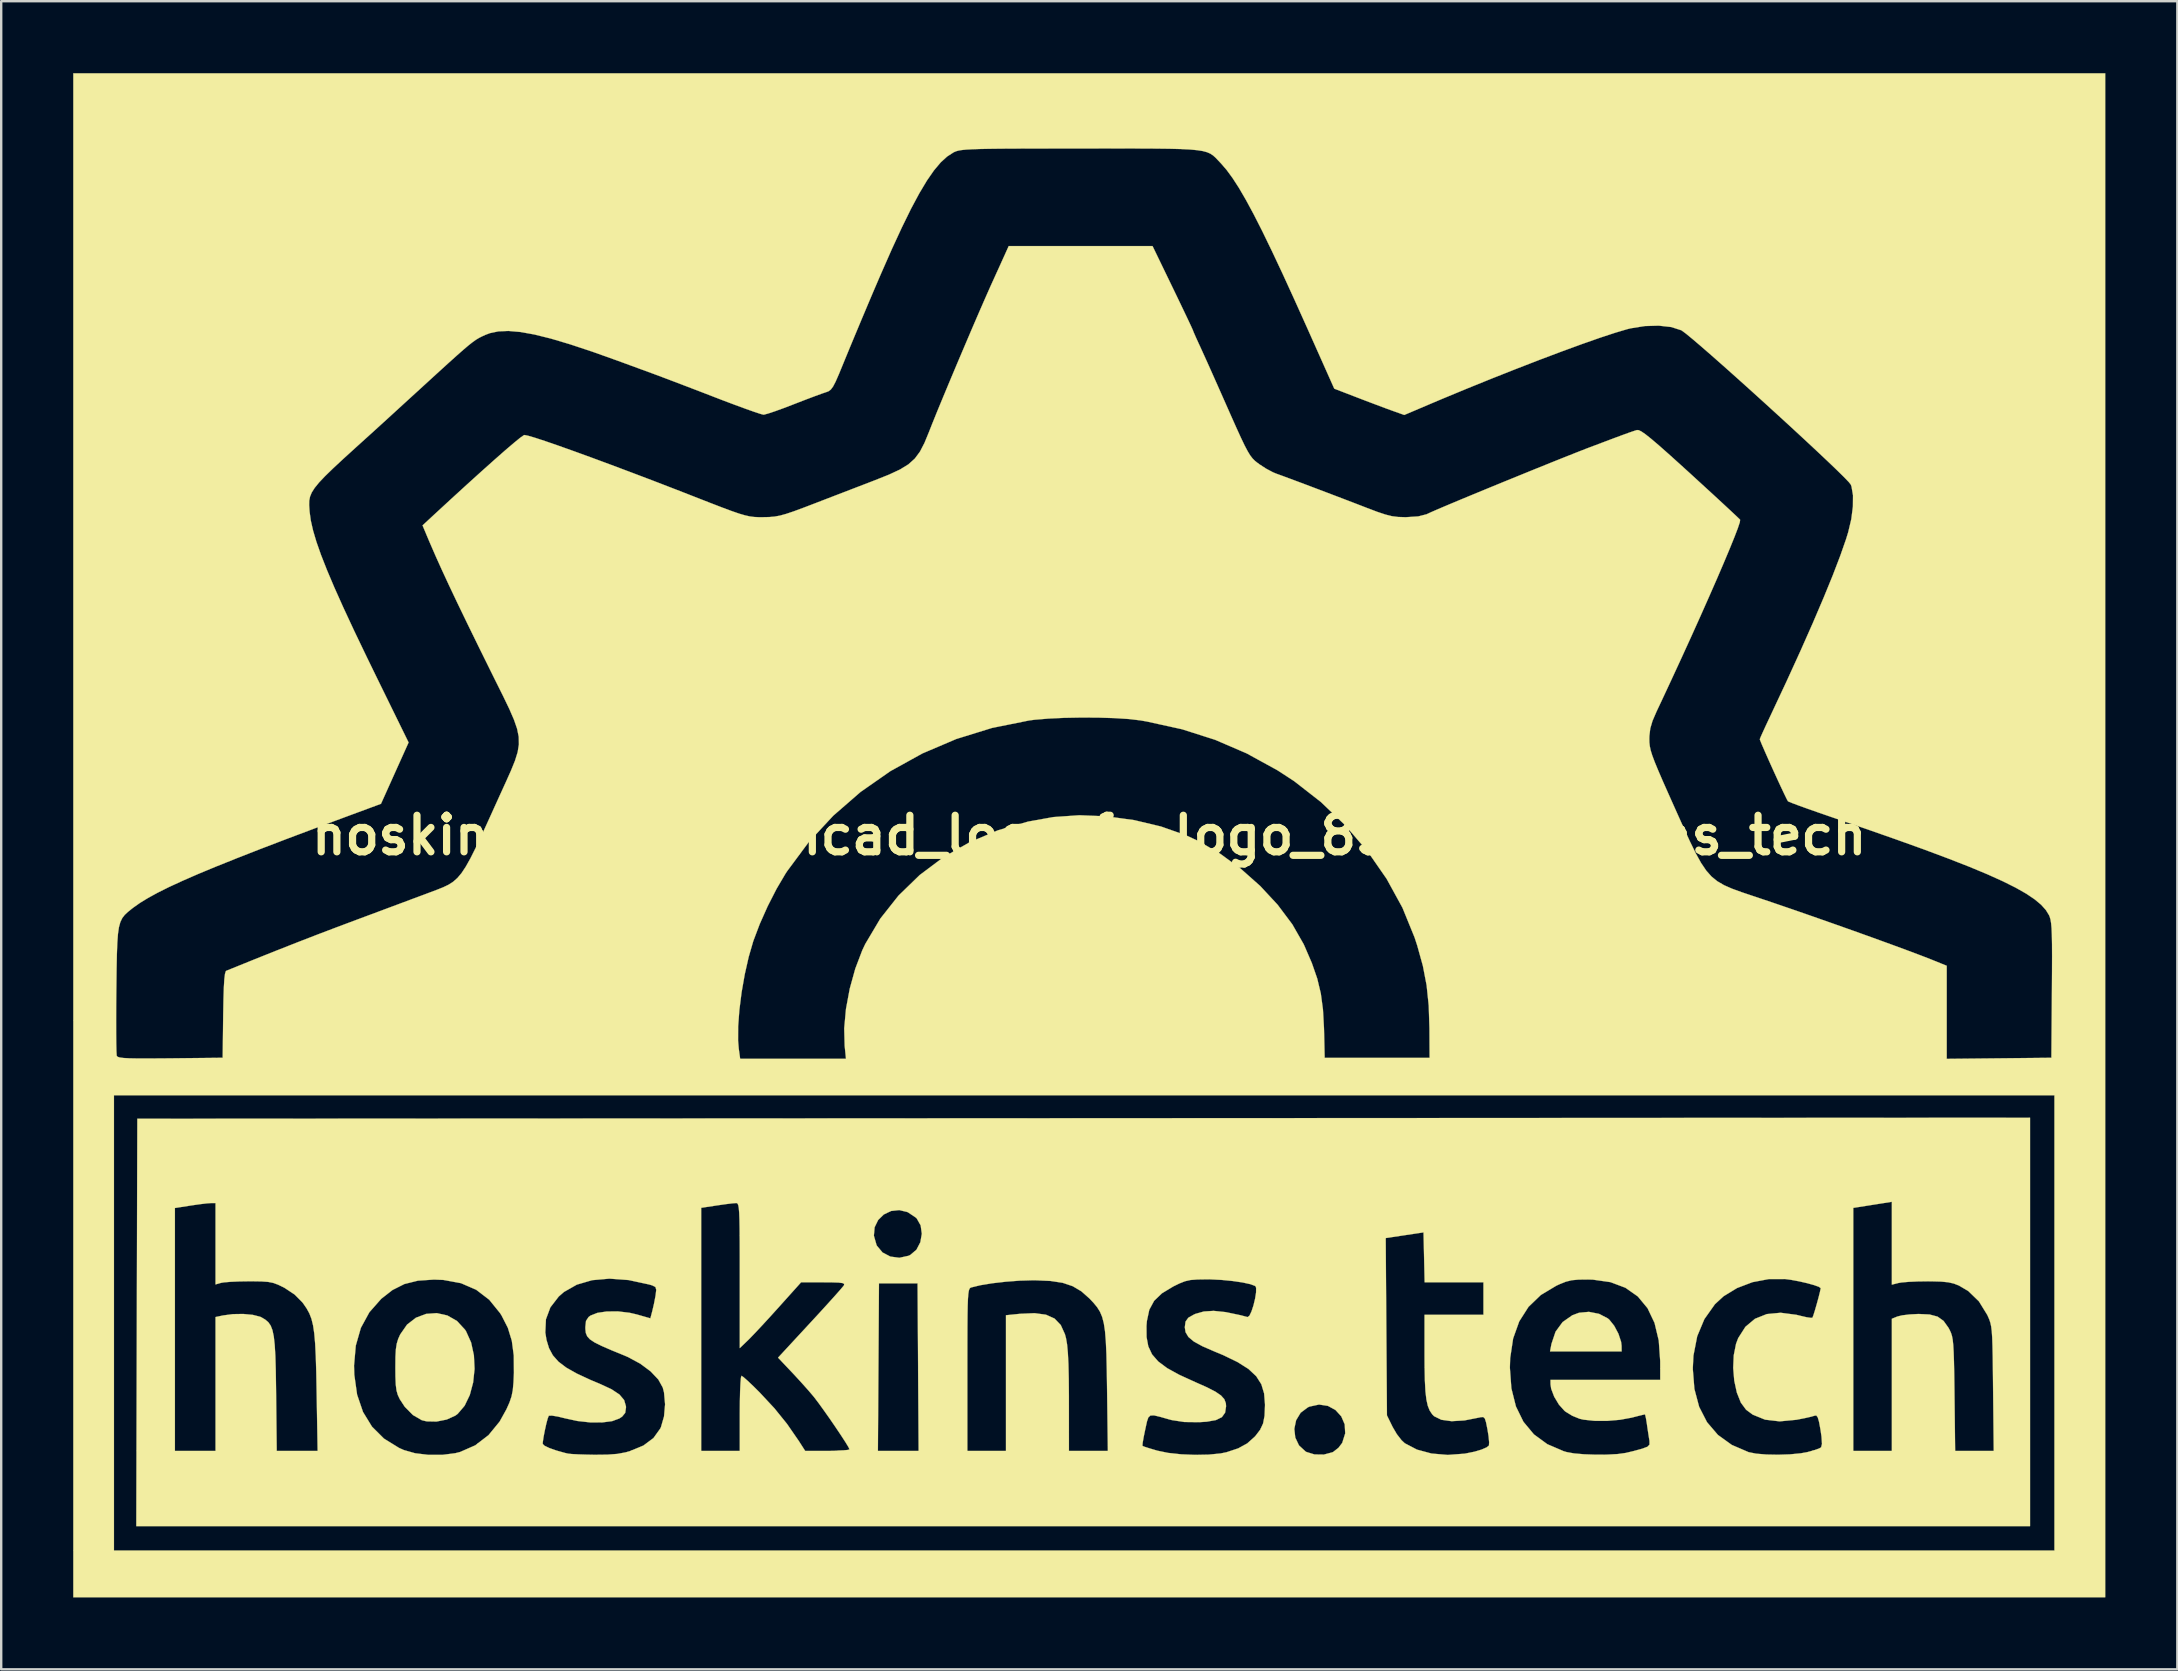
<source format=kicad_pcb>
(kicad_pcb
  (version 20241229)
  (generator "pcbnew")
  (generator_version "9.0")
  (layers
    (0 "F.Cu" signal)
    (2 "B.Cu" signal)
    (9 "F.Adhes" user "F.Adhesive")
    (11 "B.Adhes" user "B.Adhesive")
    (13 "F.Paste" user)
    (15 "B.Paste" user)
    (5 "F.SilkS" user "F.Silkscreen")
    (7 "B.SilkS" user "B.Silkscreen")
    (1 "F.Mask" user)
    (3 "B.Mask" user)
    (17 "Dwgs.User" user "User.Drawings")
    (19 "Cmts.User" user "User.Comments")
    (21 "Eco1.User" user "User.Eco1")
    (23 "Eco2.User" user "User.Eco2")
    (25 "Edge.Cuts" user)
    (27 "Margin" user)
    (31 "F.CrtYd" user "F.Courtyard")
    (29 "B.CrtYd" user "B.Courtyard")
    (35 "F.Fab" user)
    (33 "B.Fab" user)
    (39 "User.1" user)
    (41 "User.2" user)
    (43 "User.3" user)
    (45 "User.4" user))
  (footprint "hoskinstech_bjh_kicad_logo_fp_logo_85mm_hoskins_tech"
    (layer "F.Cu")
    (at 42.338 31.755)
    (property "Reference" "hoskinstech_bjh_kicad_logo_fp_logo_85mm_hoskins_tech" (at 0 0 0) (layer "F.SilkS") (effects (font (size 1.524 1.524) (thickness 0.3))))
    (attr through_hole)
    (fp_poly (pts (xy 21.242 19.941) (xy 21.603 20.128) (xy 21.665 20.179) (xy 21.872 20.436) (xy 22.05 20.771) (xy 22.161 21.108) (xy 22.181 21.273) (xy 22.183 21.505) (xy 19.2 21.505) (xy 19.26 21.191) (xy 19.43 20.685) (xy 19.725 20.282) (xy 20.13 19.999) (xy 20.409 19.896) (xy 20.82 19.858) (xy 21.242 19.941)) (stroke (width 0.01) (type solid)) (fill yes) (layer "F.SilkS"))
    (fp_poly (pts (xy -26.747 20.009) (xy -26.345 20.239) (xy -26.011 20.601) (xy -25.968 20.668) (xy -25.757 21.136) (xy -25.641 21.671) (xy -25.614 22.238) (xy -25.673 22.8) (xy -25.812 23.322) (xy -26.028 23.77) (xy -26.315 24.107) (xy -26.413 24.18) (xy -26.775 24.345) (xy -27.199 24.429) (xy -27.611 24.421) (xy -27.813 24.372) (xy -28.182 24.158) (xy -28.521 23.815) (xy -28.731 23.495) (xy -28.813 23.32) (xy -28.866 23.132) (xy -28.897 22.89) (xy -28.911 22.552) (xy -28.914 22.183) (xy -28.91 21.74) (xy -28.893 21.422) (xy -28.857 21.186) (xy -28.797 20.988) (xy -28.713 20.801) (xy -28.427 20.389) (xy -28.058 20.103) (xy -27.634 19.943) (xy -27.187 19.911) (xy -26.747 20.009)) (stroke (width 0.01) (type solid)) (fill yes) (layer "F.SilkS"))
    (fp_poly (pts (xy 42.333 31.75) (xy -42.333 31.75) (xy -42.333 10.837) (xy -40.64 10.837) (xy -40.64 29.803) (xy 40.217 29.803) (xy 40.217 10.837) (xy -40.64 10.837) (xy -42.333 10.837) (xy -42.333 7.713) (xy -40.549 7.713) (xy -40.548 8.24) (xy -40.544 8.672) (xy -40.537 8.988) (xy -40.527 9.165) (xy -40.522 9.192) (xy -40.486 9.23) (xy -40.399 9.259) (xy -40.241 9.28) (xy -39.994 9.293) (xy -39.64 9.3) (xy -39.16 9.3) (xy -38.536 9.296) (xy -38.293 9.294) (xy -36.11 9.271) (xy -36.101 8.563) (xy -14.633 8.563) (xy -14.606 8.884) (xy -14.547 9.313) (xy -10.137 9.313) (xy -10.192 8.77) (xy -10.211 8.045) (xy -10.137 7.235) (xy -9.98 6.39) (xy -9.75 5.559) (xy -9.458 4.792) (xy -9.334 4.53) (xy -8.707 3.473) (xy -7.948 2.513) (xy -7.067 1.658) (xy -6.076 0.914) (xy -4.985 0.29) (xy -3.806 -0.207) (xy -2.55 -0.57) (xy -1.497 -0.759) (xy -0.411 -0.835) (xy 0.729 -0.789) (xy 1.877 -0.63) (xy 2.991 -0.365) (xy 4.026 -0.000167) (xy 4.52 0.227) (xy 5.434 0.754) (xy 6.311 1.392) (xy 7.125 2.115) (xy 7.85 2.896) (xy 8.461 3.711) (xy 8.932 4.535) (xy 8.964 4.604) (xy 9.275 5.324) (xy 9.499 5.969) (xy 9.649 6.595) (xy 9.738 7.262) (xy 9.78 8.029) (xy 9.783 8.128) (xy 9.809 9.271) (xy 14.182 9.271) (xy 14.175 8.043) (xy 14.145 7.098) (xy 14.057 6.251) (xy 13.901 5.439) (xy 13.667 4.597) (xy 13.555 4.255) (xy 13.05 3.017) (xy 12.391 1.815) (xy 11.595 0.667) (xy 10.677 -0.406) (xy 9.652 -1.387) (xy 8.536 -2.257) (xy 7.845 -2.707) (xy 6.562 -3.411) (xy 5.248 -3.977) (xy 3.87 -4.417) (xy 2.393 -4.742) (xy 2.126 -4.788) (xy 1.657 -4.844) (xy 1.063 -4.882) (xy 0.387 -4.903) (xy -0.327 -4.907) (xy -1.035 -4.894) (xy -1.696 -4.863) (xy -2.264 -4.816) (xy -2.504 -4.785) (xy -4.052 -4.473) (xy -5.539 -4.013) (xy -6.954 -3.41) (xy -8.287 -2.673) (xy -9.528 -1.807) (xy -10.666 -0.818) (xy -11.691 0.285) (xy -12.591 1.498) (xy -12.66 1.603) (xy -13.03 2.231) (xy -13.399 2.953) (xy -13.732 3.7) (xy -13.997 4.401) (xy -14.002 4.416) (xy -14.192 5.07) (xy -14.355 5.792) (xy -14.487 6.543) (xy -14.58 7.282) (xy -14.631 7.969) (xy -14.633 8.563) (xy -36.101 8.563) (xy -36.088 7.48) (xy -36.076 6.836) (xy -36.061 6.347) (xy -36.04 5.998) (xy -36.013 5.775) (xy -35.979 5.664) (xy -35.961 5.647) (xy -34.879 5.209) (xy -33.915 4.823) (xy -33.029 4.474) (xy -32.183 4.146) (xy -31.339 3.825) (xy -30.522 3.519) (xy -29.894 3.285) (xy -29.27 3.052) (xy -28.683 2.833) (xy -28.165 2.639) (xy -27.745 2.483) (xy -27.49 2.387) (xy -27.181 2.271) (xy -26.921 2.167) (xy -26.699 2.061) (xy -26.505 1.936) (xy -26.328 1.779) (xy -26.156 1.575) (xy -25.98 1.308) (xy -25.787 0.964) (xy -25.569 0.528) (xy -25.312 -0.015) (xy -25.008 -0.68) (xy -24.645 -1.481) (xy -24.587 -1.609) (xy -24.314 -2.208) (xy -24.094 -2.7) (xy -23.928 -3.11) (xy -23.818 -3.465) (xy -23.766 -3.788) (xy -23.773 -4.104) (xy -23.841 -4.439) (xy -23.972 -4.818) (xy -24.166 -5.265) (xy -24.426 -5.805) (xy -24.754 -6.464) (xy -24.92 -6.799) (xy -25.457 -7.887) (xy -25.923 -8.84) (xy -26.327 -9.676) (xy -26.675 -10.41) (xy -26.976 -11.059) (xy -27.237 -11.638) (xy -27.466 -12.165) (xy -27.532 -12.319) (xy -27.781 -12.912) (xy -27.332 -13.329) (xy -26.601 -14.003) (xy -25.927 -14.619) (xy -25.318 -15.17) (xy -24.783 -15.648) (xy -24.332 -16.045) (xy -23.972 -16.352) (xy -23.714 -16.563) (xy -23.565 -16.668) (xy -23.537 -16.679) (xy -23.385 -16.649) (xy -23.089 -16.562) (xy -22.663 -16.422) (xy -22.121 -16.235) (xy -21.478 -16.006) (xy -20.747 -15.74) (xy -19.942 -15.442) (xy -19.077 -15.117) (xy -18.165 -14.771) (xy -17.222 -14.407) (xy -16.468 -14.113) (xy -15.819 -13.859) (xy -15.305 -13.661) (xy -14.903 -13.511) (xy -14.59 -13.403) (xy -14.344 -13.331) (xy -14.142 -13.286) (xy -13.961 -13.263) (xy -13.779 -13.255) (xy -13.589 -13.255) (xy -13.338 -13.26) (xy -13.116 -13.279) (xy -12.89 -13.32) (xy -12.63 -13.392) (xy -12.303 -13.502) (xy -11.877 -13.66) (xy -11.43 -13.831) (xy -10.868 -14.048) (xy -10.272 -14.277) (xy -9.696 -14.499) (xy -9.191 -14.693) (xy -8.932 -14.793) (xy -8.341 -15.029) (xy -7.885 -15.242) (xy -7.537 -15.456) (xy -7.269 -15.696) (xy -7.055 -15.985) (xy -6.867 -16.348) (xy -6.68 -16.802) (xy -6.53 -17.182) (xy -6.325 -17.689) (xy -6.075 -18.293) (xy -5.794 -18.967) (xy -5.494 -19.681) (xy -5.186 -20.406) (xy -4.884 -21.115) (xy -4.598 -21.778) (xy -4.341 -22.367) (xy -4.126 -22.853) (xy -4.046 -23.029) (xy -3.877 -23.402) (xy -3.704 -23.782) (xy -3.564 -24.093) (xy -3.556 -24.109) (xy -3.356 -24.553) (xy 2.636 -24.553) (xy 3.477 -22.814) (xy 3.718 -22.315) (xy 3.931 -21.87) (xy 4.108 -21.499) (xy 4.237 -21.225) (xy 4.307 -21.07) (xy 4.318 -21.044) (xy 4.351 -20.958) (xy 4.439 -20.757) (xy 4.565 -20.48) (xy 4.607 -20.391) (xy 4.733 -20.114) (xy 4.912 -19.719) (xy 5.125 -19.243) (xy 5.356 -18.724) (xy 5.587 -18.203) (xy 5.887 -17.525) (xy 6.128 -16.984) (xy 6.321 -16.562) (xy 6.475 -16.24) (xy 6.601 -16.002) (xy 6.707 -15.828) (xy 6.805 -15.701) (xy 6.903 -15.603) (xy 7.012 -15.516) (xy 7.089 -15.459) (xy 7.369 -15.277) (xy 7.654 -15.126) (xy 7.778 -15.074) (xy 8.018 -14.987) (xy 8.385 -14.851) (xy 8.849 -14.678) (xy 9.378 -14.478) (xy 9.942 -14.264) (xy 10.51 -14.048) (xy 11.051 -13.841) (xy 11.535 -13.654) (xy 11.557 -13.645) (xy 12.004 -13.476) (xy 12.341 -13.364) (xy 12.613 -13.296) (xy 12.867 -13.264) (xy 13.147 -13.255) (xy 13.208 -13.255) (xy 13.708 -13.287) (xy 14.058 -13.377) (xy 14.115 -13.404) (xy 14.265 -13.473) (xy 14.55 -13.597) (xy 14.951 -13.767) (xy 15.447 -13.975) (xy 16.016 -14.211) (xy 16.637 -14.467) (xy 17.29 -14.735) (xy 17.953 -15.005) (xy 18.606 -15.271) (xy 19.228 -15.522) (xy 19.797 -15.75) (xy 20.294 -15.947) (xy 20.696 -16.105) (xy 20.873 -16.172) (xy 21.467 -16.396) (xy 21.923 -16.568) (xy 22.264 -16.694) (xy 22.51 -16.783) (xy 22.682 -16.842) (xy 22.802 -16.88) (xy 22.824 -16.886) (xy 22.897 -16.88) (xy 23.012 -16.823) (xy 23.182 -16.705) (xy 23.418 -16.517) (xy 23.733 -16.249) (xy 24.139 -15.89) (xy 24.647 -15.432) (xy 25.041 -15.074) (xy 25.534 -14.622) (xy 25.987 -14.207) (xy 26.385 -13.84) (xy 26.711 -13.537) (xy 26.952 -13.312) (xy 27.092 -13.178) (xy 27.121 -13.146) (xy 27.106 -13.04) (xy 27.024 -12.794) (xy 26.881 -12.421) (xy 26.684 -11.936) (xy 26.438 -11.35) (xy 26.15 -10.679) (xy 25.823 -9.934) (xy 25.466 -9.13) (xy 25.083 -8.279) (xy 24.68 -7.396) (xy 24.263 -6.493) (xy 23.839 -5.584) (xy 23.641 -5.165) (xy 23.471 -4.771) (xy 23.376 -4.45) (xy 23.339 -4.134) (xy 23.336 -4.022) (xy 23.339 -3.868) (xy 23.356 -3.716) (xy 23.392 -3.544) (xy 23.457 -3.334) (xy 23.557 -3.065) (xy 23.7 -2.718) (xy 23.892 -2.272) (xy 24.142 -1.709) (xy 24.395 -1.143) (xy 24.737 -0.381) (xy 25.023 0.244) (xy 25.27 0.749) (xy 25.493 1.152) (xy 25.707 1.469) (xy 25.927 1.718) (xy 26.171 1.916) (xy 26.452 2.08) (xy 26.787 2.227) (xy 27.191 2.374) (xy 27.68 2.538) (xy 27.771 2.568) (xy 28.5 2.814) (xy 29.298 3.087) (xy 30.139 3.379) (xy 30.998 3.681) (xy 31.85 3.983) (xy 32.669 4.277) (xy 33.431 4.554) (xy 34.111 4.805) (xy 34.683 5.02) (xy 35.122 5.191) (xy 35.158 5.206) (xy 35.729 5.437) (xy 35.729 9.316) (xy 40.09 9.271) (xy 40.112 6.45) (xy 40.117 5.671) (xy 40.119 5.042) (xy 40.117 4.546) (xy 40.11 4.163) (xy 40.098 3.876) (xy 40.079 3.664) (xy 40.054 3.511) (xy 40.02 3.396) (xy 39.992 3.329) (xy 39.86 3.114) (xy 39.664 2.895) (xy 39.395 2.67) (xy 39.045 2.434) (xy 38.605 2.184) (xy 38.068 1.916) (xy 37.426 1.626) (xy 36.67 1.311) (xy 35.792 0.968) (xy 34.785 0.591) (xy 33.639 0.179) (xy 32.347 -0.274) (xy 30.907 -0.767) (xy 30.394 -0.944) (xy 29.936 -1.105) (xy 29.557 -1.242) (xy 29.28 -1.346) (xy 29.131 -1.408) (xy 29.113 -1.419) (xy 29.062 -1.511) (xy 28.958 -1.725) (xy 28.815 -2.028) (xy 28.647 -2.391) (xy 28.47 -2.779) (xy 28.298 -3.162) (xy 28.145 -3.508) (xy 28.025 -3.784) (xy 27.954 -3.959) (xy 27.94 -4.003) (xy 27.974 -4.09) (xy 28.068 -4.301) (xy 28.209 -4.607) (xy 28.383 -4.978) (xy 28.436 -5.091) (xy 29.061 -6.425) (xy 29.632 -7.676) (xy 30.145 -8.834) (xy 30.595 -9.888) (xy 30.98 -10.829) (xy 31.293 -11.647) (xy 31.532 -12.331) (xy 31.624 -12.629) (xy 31.753 -13.174) (xy 31.82 -13.7) (xy 31.824 -14.166) (xy 31.762 -14.531) (xy 31.73 -14.616) (xy 31.645 -14.722) (xy 31.447 -14.928) (xy 31.151 -15.219) (xy 30.771 -15.583) (xy 30.321 -16.007) (xy 29.816 -16.478) (xy 29.27 -16.983) (xy 28.697 -17.508) (xy 28.111 -18.042) (xy 27.528 -18.57) (xy 26.96 -19.08) (xy 26.424 -19.558) (xy 25.931 -19.993) (xy 25.498 -20.37) (xy 25.139 -20.676) (xy 24.867 -20.9) (xy 24.697 -21.026) (xy 24.665 -21.045) (xy 24.249 -21.178) (xy 23.728 -21.236) (xy 23.149 -21.219) (xy 22.561 -21.125) (xy 22.412 -21.088) (xy 21.917 -20.941) (xy 21.287 -20.734) (xy 20.54 -20.472) (xy 19.697 -20.164) (xy 18.776 -19.817) (xy 17.798 -19.438) (xy 16.78 -19.035) (xy 15.743 -18.615) (xy 14.706 -18.185) (xy 14.12 -17.937) (xy 13.126 -17.514) (xy 12.638 -17.688) (xy 12.358 -17.79) (xy 11.975 -17.934) (xy 11.542 -18.097) (xy 11.18 -18.236) (xy 10.209 -18.61) (xy 9.101 -21.095) (xy 8.547 -22.326) (xy 8.051 -23.41) (xy 7.606 -24.356) (xy 7.208 -25.176) (xy 6.851 -25.878) (xy 6.529 -26.474) (xy 6.239 -26.972) (xy 5.973 -27.384) (xy 5.727 -27.72) (xy 5.496 -27.988) (xy 5.475 -28.01) (xy 5.358 -28.134) (xy 5.257 -28.24) (xy 5.156 -28.33) (xy 5.043 -28.404) (xy 4.904 -28.464) (xy 4.725 -28.512) (xy 4.492 -28.548) (xy 4.193 -28.576) (xy 3.813 -28.595) (xy 3.339 -28.607) (xy 2.757 -28.614) (xy 2.053 -28.617) (xy 1.215 -28.618) (xy 0.227 -28.617) (xy -0.338 -28.617) (xy -1.386 -28.617) (xy -2.279 -28.616) (xy -3.029 -28.614) (xy -3.65 -28.611) (xy -4.157 -28.605) (xy -4.561 -28.597) (xy -4.878 -28.586) (xy -5.119 -28.573) (xy -5.3 -28.555) (xy -5.433 -28.534) (xy -5.532 -28.508) (xy -5.611 -28.477) (xy -5.655 -28.456) (xy -5.92 -28.285) (xy -6.189 -28.04) (xy -6.469 -27.708) (xy -6.765 -27.281) (xy -7.083 -26.749) (xy -7.43 -26.101) (xy -7.809 -25.328) (xy -8.229 -24.419) (xy -8.693 -23.365) (xy -8.953 -22.76) (xy -9.216 -22.14) (xy -9.486 -21.499) (xy -9.747 -20.875) (xy -9.983 -20.308) (xy -10.176 -19.839) (xy -10.248 -19.663) (xy -10.431 -19.218) (xy -10.568 -18.905) (xy -10.676 -18.698) (xy -10.769 -18.573) (xy -10.862 -18.503) (xy -10.96 -18.466) (xy -11.133 -18.408) (xy -11.426 -18.301) (xy -11.8 -18.16) (xy -12.219 -17.998) (xy -12.319 -17.959) (xy -12.731 -17.801) (xy -13.095 -17.669) (xy -13.379 -17.575) (xy -13.549 -17.529) (xy -13.572 -17.526) (xy -13.692 -17.556) (xy -13.945 -17.639) (xy -14.307 -17.767) (xy -14.754 -17.931) (xy -15.261 -18.122) (xy -15.562 -18.238) (xy -16.147 -18.464) (xy -16.737 -18.69) (xy -17.293 -18.902) (xy -17.779 -19.086) (xy -18.156 -19.227) (xy -18.246 -19.26) (xy -18.672 -19.416) (xy -19.111 -19.577) (xy -19.492 -19.717) (xy -19.643 -19.772) (xy -20.708 -20.152) (xy -21.634 -20.459) (xy -22.433 -20.697) (xy -23.119 -20.867) (xy -23.704 -20.972) (xy -24.2 -21.015) (xy -24.62 -20.998) (xy -24.977 -20.923) (xy -25.174 -20.848) (xy -25.308 -20.786) (xy -25.43 -20.724) (xy -25.554 -20.649) (xy -25.694 -20.549) (xy -25.867 -20.413) (xy -26.087 -20.226) (xy -26.368 -19.978) (xy -26.726 -19.656) (xy -27.175 -19.247) (xy -27.731 -18.739) (xy -27.887 -18.596) (xy -28.358 -18.166) (xy -28.798 -17.764) (xy -29.189 -17.406) (xy -29.514 -17.11) (xy -29.752 -16.893) (xy -29.885 -16.771) (xy -29.892 -16.766) (xy -30.54 -16.18) (xy -31.074 -15.694) (xy -31.503 -15.295) (xy -31.84 -14.968) (xy -32.094 -14.7) (xy -32.276 -14.476) (xy -32.398 -14.284) (xy -32.47 -14.11) (xy -32.503 -13.939) (xy -32.507 -13.759) (xy -32.493 -13.555) (xy -32.486 -13.468) (xy -32.437 -13.112) (xy -32.344 -12.702) (xy -32.204 -12.229) (xy -32.011 -11.68) (xy -31.761 -11.045) (xy -31.451 -10.314) (xy -31.075 -9.475) (xy -30.629 -8.518) (xy -30.108 -7.432) (xy -29.667 -6.527) (xy -28.363 -3.867) (xy -28.938 -2.59) (xy -29.513 -1.312) (xy -30.738 -0.859) (xy -32.151 -0.334) (xy -33.414 0.141) (xy -34.536 0.57) (xy -35.525 0.957) (xy -36.392 1.305) (xy -37.147 1.619) (xy -37.797 1.903) (xy -38.354 2.16) (xy -38.826 2.396) (xy -39.223 2.614) (xy -39.555 2.817) (xy -39.83 3.011) (xy -39.895 3.061) (xy -40.059 3.194) (xy -40.191 3.317) (xy -40.294 3.451) (xy -40.373 3.615) (xy -40.432 3.829) (xy -40.473 4.111) (xy -40.5 4.481) (xy -40.518 4.959) (xy -40.53 5.564) (xy -40.539 6.316) (xy -40.541 6.46) (xy -40.547 7.112) (xy -40.549 7.713) (xy -42.333 7.713) (xy -42.333 -31.75) (xy 42.333 -31.75) (xy 42.333 31.75)) (stroke (width 0.01) (type solid)) (fill yes) (layer "F.SilkS"))
    (fp_poly (pts (xy 39.201 28.787) (xy -39.709 28.787) (xy -39.676 15.531) (xy -38.1 15.531) (xy -38.1 25.654) (xy -36.407 25.654) (xy -36.407 20.074) (xy -36.089 20.007) (xy -35.684 19.953) (xy -35.253 19.946) (xy -34.854 19.984) (xy -34.547 20.062) (xy -34.492 20.088) (xy -34.335 20.181) (xy -34.209 20.288) (xy -34.11 20.429) (xy -34.035 20.622) (xy -33.98 20.885) (xy -33.941 21.237) (xy -33.914 21.697) (xy -33.897 22.284) (xy -33.886 23.016) (xy -33.883 23.262) (xy -33.857 25.654) (xy -32.153 25.654) (xy -32.195 23.177) (xy -32.21 22.371) (xy -32.218 22.098) (xy -30.636 22.098) (xy -30.625 22.479) (xy -30.508 23.309) (xy -30.262 24.03) (xy -29.888 24.641) (xy -29.387 25.14) (xy -28.759 25.528) (xy -28.556 25.618) (xy -28.091 25.75) (xy -27.536 25.817) (xy -26.956 25.817) (xy -26.417 25.748) (xy -26.216 25.697) (xy -25.582 25.418) (xy -25.507 25.36) (xy -22.775 25.36) (xy -22.699 25.436) (xy -22.494 25.534) (xy -22.198 25.638) (xy -21.848 25.736) (xy -21.717 25.766) (xy -21.566 25.782) (xy -21.288 25.797) (xy -20.926 25.808) (xy -20.603 25.814) (xy -20.077 25.808) (xy -19.667 25.777) (xy -19.322 25.713) (xy -19.14 25.662) (xy -18.577 25.428) (xy -18.159 25.116) (xy -17.876 24.721) (xy -17.846 24.657) (xy -17.719 24.217) (xy -17.675 23.71) (xy -17.719 23.217) (xy -17.772 23.011) (xy -17.957 22.677) (xy -18.278 22.338) (xy -18.706 22.019) (xy -19.211 21.746) (xy -19.368 21.678) (xy -19.915 21.454) (xy -20.323 21.276) (xy -20.614 21.131) (xy -20.807 21.002) (xy -20.921 20.876) (xy -20.978 20.738) (xy -20.996 20.574) (xy -20.997 20.488) (xy -20.97 20.236) (xy -20.865 20.076) (xy -20.783 20.014) (xy -20.494 19.9) (xy -20.094 19.841) (xy -19.63 19.84) (xy -19.152 19.897) (xy -18.86 19.965) (xy -18.288 20.128) (xy -18.207 19.822) (xy -18.138 19.525) (xy -18.076 19.202) (xy -18.07 19.163) (xy -18.043 18.939) (xy -18.078 18.822) (xy -18.212 18.755) (xy -18.342 18.717) (xy -19.196 18.533) (xy -19.992 18.474) (xy -20.715 18.538) (xy -21.352 18.724) (xy -21.887 19.028) (xy -22.107 19.22) (xy -22.455 19.671) (xy -22.64 20.168) (xy -22.666 20.719) (xy -22.616 21.029) (xy -22.511 21.373) (xy -22.352 21.669) (xy -22.118 21.934) (xy -21.79 22.183) (xy -21.348 22.432) (xy -20.773 22.699) (xy -20.39 22.859) (xy -19.907 23.083) (xy -19.576 23.303) (xy -19.381 23.534) (xy -19.306 23.791) (xy -19.304 23.846) (xy -19.336 24.066) (xy -19.463 24.222) (xy -19.579 24.3) (xy -19.882 24.412) (xy -20.302 24.466) (xy -20.799 24.464) (xy -21.332 24.405) (xy -21.838 24.295) (xy -22.143 24.221) (xy -22.383 24.182) (xy -22.513 24.184) (xy -22.522 24.19) (xy -22.566 24.3) (xy -22.625 24.521) (xy -22.686 24.797) (xy -22.739 25.073) (xy -22.771 25.292) (xy -22.775 25.36) (xy -25.507 25.36) (xy -25.031 24.994) (xy -24.569 24.43) (xy -24.285 23.918) (xy -24.157 23.63) (xy -24.073 23.382) (xy -24.021 23.121) (xy -23.991 22.793) (xy -23.974 22.405) (xy -23.98 21.677) (xy -24.061 21.064) (xy -24.227 20.523) (xy -24.488 20.011) (xy -24.551 19.911) (xy -25.002 19.354) (xy -25.545 18.938) (xy -26.181 18.663) (xy -26.912 18.528) (xy -27.305 18.513) (xy -27.973 18.558) (xy -28.536 18.698) (xy -29.035 18.949) (xy -29.502 19.314) (xy -29.997 19.875) (xy -30.351 20.524) (xy -30.563 21.264) (xy -30.636 22.098) (xy -32.218 22.098) (xy -32.23 21.712) (xy -32.256 21.182) (xy -32.293 20.758) (xy -32.343 20.421) (xy -32.41 20.149) (xy -32.498 19.921) (xy -32.61 19.717) (xy -32.748 19.516) (xy -32.793 19.457) (xy -33.111 19.137) (xy -33.527 18.861) (xy -33.568 18.839) (xy -33.801 18.726) (xy -34.001 18.652) (xy -34.215 18.61) (xy -34.492 18.59) (xy -34.878 18.584) (xy -35.003 18.584) (xy -35.41 18.59) (xy -35.774 18.606) (xy -36.051 18.629) (xy -36.174 18.649) (xy -36.407 18.715) (xy -36.407 15.523) (xy -16.171 15.523) (xy -16.171 25.654) (xy -14.563 25.654) (xy -14.563 24.088) (xy -14.559 23.594) (xy -14.549 23.164) (xy -14.533 22.824) (xy -14.514 22.601) (xy -14.491 22.521) (xy -14.407 22.578) (xy -14.231 22.733) (xy -13.99 22.962) (xy -13.731 23.22) (xy -13.117 23.879) (xy -12.595 24.525) (xy -12.108 25.23) (xy -12.094 25.252) (xy -11.836 25.654) (xy -10.913 25.654) (xy -8.807 25.654) (xy -7.11 25.654) (xy -7.132 22.273) (xy -5.08 22.273) (xy -5.08 25.654) (xy -3.471 25.654) (xy -3.471 19.999) (xy -2.883 19.939) (xy -2.277 19.913) (xy -1.803 19.977) (xy -1.445 20.138) (xy -1.187 20.407) (xy -1.013 20.791) (xy -0.969 20.956) (xy -0.925 21.21) (xy -0.892 21.563) (xy -0.868 22.032) (xy -0.854 22.634) (xy -0.848 23.385) (xy -0.848 23.558) (xy -0.847 25.654) (xy 0.775 25.654) (xy 0.772 25.436) (xy 2.215 25.436) (xy 2.217 25.444) (xy 2.308 25.481) (xy 2.518 25.548) (xy 2.805 25.633) (xy 2.838 25.643) (xy 3.285 25.735) (xy 3.827 25.794) (xy 4.409 25.818) (xy 4.974 25.807) (xy 5.466 25.759) (xy 5.715 25.709) (xy 6.206 25.546) (xy 6.58 25.341) (xy 6.891 25.064) (xy 6.929 25.022) (xy 7.123 24.767) (xy 7.14 24.731) (xy 8.544 24.731) (xy 8.584 25.095) (xy 8.739 25.423) (xy 9.012 25.675) (xy 9.05 25.697) (xy 9.387 25.8) (xy 9.775 25.805) (xy 10.131 25.71) (xy 10.163 25.695) (xy 10.384 25.523) (xy 10.54 25.318) (xy 10.665 24.922) (xy 10.644 24.545) (xy 10.501 24.213) (xy 10.26 23.948) (xy 9.943 23.776) (xy 9.574 23.72) (xy 9.177 23.806) (xy 9.11 23.836) (xy 8.808 24.062) (xy 8.619 24.374) (xy 8.544 24.731) (xy 7.14 24.731) (xy 7.243 24.508) (xy 7.304 24.192) (xy 7.322 23.767) (xy 7.322 23.707) (xy 7.286 23.258) (xy 7.17 22.874) (xy 6.957 22.54) (xy 6.633 22.237) (xy 6.181 21.951) (xy 5.586 21.663) (xy 5.216 21.509) (xy 4.715 21.291) (xy 4.359 21.095) (xy 4.131 20.904) (xy 4.012 20.704) (xy 3.981 20.499) (xy 4.012 20.264) (xy 4.127 20.103) (xy 4.365 19.968) (xy 4.424 19.942) (xy 4.774 19.843) (xy 5.185 19.817) (xy 5.685 19.869) (xy 6.298 19.997) (xy 6.597 20.076) (xy 6.675 20.018) (xy 6.76 19.84) (xy 6.843 19.587) (xy 6.91 19.308) (xy 6.951 19.048) (xy 6.953 18.856) (xy 6.92 18.782) (xy 6.719 18.706) (xy 6.391 18.634) (xy 5.979 18.573) (xy 5.524 18.528) (xy 5.071 18.505) (xy 4.896 18.503) (xy 4.501 18.509) (xy 4.217 18.531) (xy 3.988 18.583) (xy 3.755 18.675) (xy 3.502 18.799) (xy 3.03 19.084) (xy 2.703 19.397) (xy 2.501 19.771) (xy 2.401 20.239) (xy 2.384 20.449) (xy 2.388 20.909) (xy 2.46 21.296) (xy 2.616 21.629) (xy 2.873 21.925) (xy 3.247 22.204) (xy 3.754 22.483) (xy 4.409 22.782) (xy 4.902 23.001) (xy 5.255 23.182) (xy 5.49 23.343) (xy 5.628 23.498) (xy 5.691 23.665) (xy 5.701 23.791) (xy 5.661 24.057) (xy 5.527 24.245) (xy 5.279 24.367) (xy 4.898 24.435) (xy 4.589 24.455) (xy 3.962 24.448) (xy 3.44 24.368) (xy 3.343 24.343) (xy 2.958 24.233) (xy 2.705 24.173) (xy 2.551 24.176) (xy 2.462 24.257) (xy 2.404 24.428) (xy 2.344 24.704) (xy 2.331 24.764) (xy 2.267 25.073) (xy 2.226 25.311) (xy 2.215 25.436) (xy 0.772 25.436) (xy 0.742 23.093) (xy 0.73 22.284) (xy 0.715 21.623) (xy 0.691 21.092) (xy 0.657 20.67) (xy 0.607 20.336) (xy 0.538 20.07) (xy 0.446 19.852) (xy 0.327 19.662) (xy 0.177 19.48) (xy 0.009 19.302) (xy -0.328 19.003) (xy -0.689 18.789) (xy -1.107 18.648) (xy -1.618 18.57) (xy -2.255 18.542) (xy -2.353 18.542) (xy -2.901 18.558) (xy -3.482 18.602) (xy -4.046 18.667) (xy -4.542 18.749) (xy -4.92 18.841) (xy -4.923 18.842) (xy -4.962 18.862) (xy -4.994 18.904) (xy -5.02 18.983) (xy -5.04 19.116) (xy -5.055 19.319) (xy -5.066 19.606) (xy -5.073 19.993) (xy -5.077 20.497) (xy -5.079 21.132) (xy -5.08 21.915) (xy -5.08 22.273) (xy -7.132 22.273) (xy -7.132 22.162) (xy -7.154 18.669) (xy -8.763 18.669) (xy -8.807 25.654) (xy -10.913 25.654) (xy -10.541 25.648) (xy -10.24 25.632) (xy -10.046 25.609) (xy -9.991 25.586) (xy -10.037 25.488) (xy -10.162 25.283) (xy -10.347 24.998) (xy -10.571 24.664) (xy -10.814 24.309) (xy -11.058 23.964) (xy -11.28 23.656) (xy -11.463 23.416) (xy -11.501 23.369) (xy -11.702 23.133) (xy -11.974 22.828) (xy -12.27 22.505) (xy -12.39 22.377) (xy -12.968 21.767) (xy -11.629 20.319) (xy -11.244 19.902) (xy -10.897 19.521) (xy -10.604 19.196) (xy -10.382 18.945) (xy -10.25 18.789) (xy -10.22 18.749) (xy -10.213 18.695) (xy -10.28 18.659) (xy -10.446 18.638) (xy -10.737 18.629) (xy -11.08 18.627) (xy -12.008 18.627) (xy -12.939 19.664) (xy -13.282 20.043) (xy -13.615 20.406) (xy -13.909 20.72) (xy -14.134 20.954) (xy -14.216 21.036) (xy -14.563 21.37) (xy -14.563 18.348) (xy -14.563 17.551) (xy -14.565 16.908) (xy -14.567 16.684) (xy -8.975 16.684) (xy -8.865 17.069) (xy -8.847 17.105) (xy -8.614 17.384) (xy -8.287 17.555) (xy -7.912 17.605) (xy -7.532 17.522) (xy -7.458 17.487) (xy -7.201 17.269) (xy -7.039 16.958) (xy -7.008 16.783) (xy 12.353 16.783) (xy 12.378 20.478) (xy 12.404 24.172) (xy 12.642 24.657) (xy 12.814 24.951) (xy 13.012 25.206) (xy 13.148 25.333) (xy 13.654 25.598) (xy 14.262 25.762) (xy 14.938 25.82) (xy 15.646 25.767) (xy 16.055 25.684) (xy 16.343 25.598) (xy 16.558 25.505) (xy 16.654 25.429) (xy 16.662 25.291) (xy 16.639 25.042) (xy 16.593 24.758) (xy 16.534 24.463) (xy 16.483 24.302) (xy 16.417 24.241) (xy 16.315 24.246) (xy 16.266 24.258) (xy 15.635 24.382) (xy 15.099 24.414) (xy 14.671 24.355) (xy 14.368 24.206) (xy 14.29 24.127) (xy 14.185 23.97) (xy 14.106 23.772) (xy 14.048 23.511) (xy 14.008 23.165) (xy 13.984 22.709) (xy 13.974 22.183) (xy 17.526 22.183) (xy 17.589 23.046) (xy 17.778 23.799) (xy 18.091 24.438) (xy 18.528 24.963) (xy 19.087 25.372) (xy 19.767 25.664) (xy 19.897 25.702) (xy 20.202 25.757) (xy 20.621 25.793) (xy 21.1 25.81) (xy 21.585 25.807) (xy 22.021 25.783) (xy 22.352 25.737) (xy 22.675 25.66) (xy 22.995 25.573) (xy 23.057 25.554) (xy 23.263 25.477) (xy 23.345 25.388) (xy 23.343 25.234) (xy 23.336 25.194) (xy 23.297 24.946) (xy 23.25 24.636) (xy 23.236 24.532) (xy 23.198 24.298) (xy 23.165 24.153) (xy 23.154 24.13) (xy 23.065 24.149) (xy 22.858 24.2) (xy 22.592 24.268) (xy 22.112 24.356) (xy 21.577 24.401) (xy 21.05 24.399) (xy 20.595 24.35) (xy 20.43 24.312) (xy 20.128 24.189) (xy 19.845 24.016) (xy 19.804 23.983) (xy 19.571 23.724) (xy 19.373 23.394) (xy 19.247 23.062) (xy 19.221 22.881) (xy 19.219 22.691) (xy 23.791 22.691) (xy 23.791 22.225) (xy 25.148 22.225) (xy 25.215 23.071) (xy 25.413 23.815) (xy 25.741 24.455) (xy 26.195 24.986) (xy 26.774 25.403) (xy 27.473 25.704) (xy 27.474 25.705) (xy 27.786 25.767) (xy 28.212 25.803) (xy 28.699 25.812) (xy 29.193 25.796) (xy 29.642 25.753) (xy 29.916 25.704) (xy 30.195 25.628) (xy 30.409 25.552) (xy 30.495 25.504) (xy 30.531 25.361) (xy 30.512 25.06) (xy 30.47 24.772) (xy 30.409 24.442) (xy 30.354 24.253) (xy 30.295 24.177) (xy 30.23 24.183) (xy 30.086 24.225) (xy 29.828 24.284) (xy 29.508 24.347) (xy 29.466 24.355) (xy 28.768 24.421) (xy 28.16 24.35) (xy 27.648 24.142) (xy 27.369 23.936) (xy 27.15 23.639) (xy 26.984 23.222) (xy 26.876 22.726) (xy 26.832 22.195) (xy 26.855 21.669) (xy 26.95 21.19) (xy 27.04 20.952) (xy 27.341 20.481) (xy 27.74 20.147) (xy 28.231 19.951) (xy 28.809 19.896) (xy 29.469 19.982) (xy 29.629 20.022) (xy 29.888 20.082) (xy 30.073 20.109) (xy 30.133 20.103) (xy 30.17 20.01) (xy 30.235 19.805) (xy 30.312 19.538) (xy 30.388 19.261) (xy 30.447 19.025) (xy 30.477 18.881) (xy 30.478 18.871) (xy 30.403 18.815) (xy 30.201 18.743) (xy 29.914 18.663) (xy 29.581 18.587) (xy 29.243 18.524) (xy 28.995 18.491) (xy 28.316 18.492) (xy 27.635 18.621) (xy 26.994 18.865) (xy 26.432 19.207) (xy 26.07 19.54) (xy 25.631 20.16) (xy 25.332 20.874) (xy 25.175 21.681) (xy 25.148 22.225) (xy 23.791 22.225) (xy 23.79 21.907) (xy 23.73 21.053) (xy 23.554 20.318) (xy 23.263 19.706) (xy 22.858 19.217) (xy 22.343 18.855) (xy 21.718 18.62) (xy 20.986 18.516) (xy 20.786 18.51) (xy 20.394 18.514) (xy 20.106 18.54) (xy 19.859 18.601) (xy 19.588 18.71) (xy 19.461 18.769) (xy 18.816 19.156) (xy 18.301 19.652) (xy 17.916 20.256) (xy 17.662 20.967) (xy 17.539 21.786) (xy 17.526 22.183) (xy 13.974 22.183) (xy 13.972 22.123) (xy 13.97 21.654) (xy 13.97 19.981) (xy 16.425 19.981) (xy 16.425 18.627) (xy 13.975 18.627) (xy 13.928 16.547) (xy 12.353 16.783) (xy -7.008 16.783) (xy -6.977 16.604) (xy -7.025 16.258) (xy -7.188 15.968) (xy -7.224 15.932) (xy -7.566 15.703) (xy -7.919 15.617) (xy -8.259 15.655) (xy -8.561 15.8) (xy -8.797 16.031) (xy -8.944 16.333) (xy -8.975 16.684) (xy -14.567 16.684) (xy -14.569 16.401) (xy -14.576 16.015) (xy -14.587 15.734) (xy -14.603 15.54) (xy -14.605 15.526) (xy 31.835 15.526) (xy 31.835 25.654) (xy 33.443 25.654) (xy 33.443 20.146) (xy 33.676 20.051) (xy 33.875 20.003) (xy 34.18 19.966) (xy 34.528 19.948) (xy 34.559 19.947) (xy 35.015 19.968) (xy 35.349 20.057) (xy 35.598 20.235) (xy 35.803 20.522) (xy 35.856 20.622) (xy 35.907 20.733) (xy 35.947 20.858) (xy 35.978 21.019) (xy 36.001 21.238) (xy 36.018 21.535) (xy 36.031 21.932) (xy 36.042 22.45) (xy 36.051 23.11) (xy 36.053 23.305) (xy 36.08 25.654) (xy 37.688 25.654) (xy 37.661 23.05) (xy 37.653 22.318) (xy 37.646 21.735) (xy 37.636 21.279) (xy 37.624 20.93) (xy 37.606 20.667) (xy 37.582 20.469) (xy 37.549 20.316) (xy 37.507 20.187) (xy 37.453 20.061) (xy 37.416 19.981) (xy 37.07 19.42) (xy 36.625 18.99) (xy 36.238 18.762) (xy 36.025 18.679) (xy 35.792 18.626) (xy 35.493 18.597) (xy 35.084 18.586) (xy 34.925 18.585) (xy 34.514 18.591) (xy 34.139 18.608) (xy 33.848 18.633) (xy 33.718 18.655) (xy 33.443 18.725) (xy 33.443 15.272) (xy 31.835 15.526) (xy -14.605 15.526) (xy -14.624 15.419) (xy -14.651 15.354) (xy -14.685 15.328) (xy -14.711 15.324) (xy -14.863 15.336) (xy -15.129 15.368) (xy -15.456 15.415) (xy -15.515 15.423) (xy -16.171 15.523) (xy -36.407 15.523) (xy -36.407 15.325) (xy -36.596 15.325) (xy -36.77 15.338) (xy -37.053 15.372) (xy -37.391 15.42) (xy -37.443 15.428) (xy -38.1 15.531) (xy -39.676 15.531) (xy -39.666 11.811) (xy 39.201 11.768) (xy 39.201 28.787)) (stroke (width 0.01) (type solid)) (fill yes) (layer "F.SilkS")))
  (gr_rect
    (start -3 -3)
    (end 87.677 66.51)
    (stroke (width 0.1) (type default))
    (fill no)
    (layer "Edge.Cuts")))
</source>
